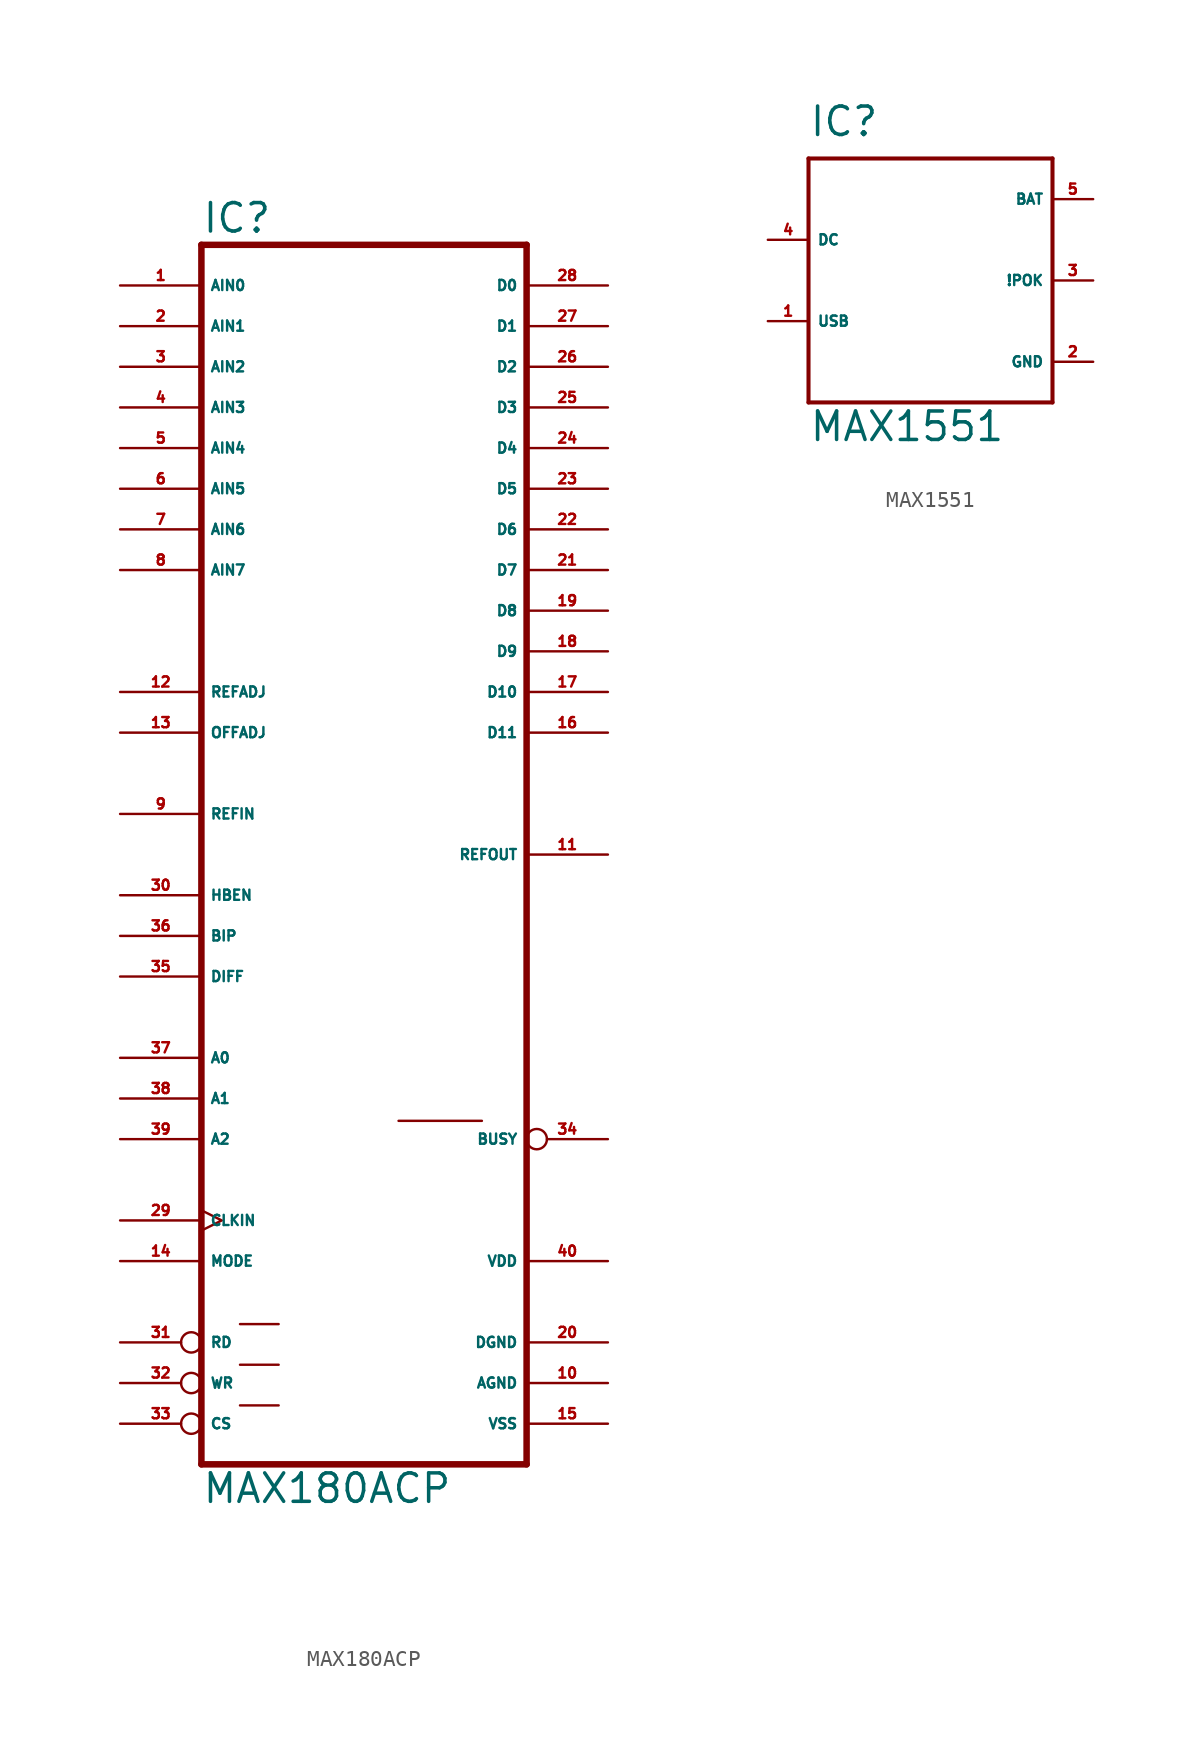
<source format=kicad_sym>
(kicad_symbol_lib
  (version 20220914)
  (generator Eagle2Kicad)
  (symbol "MAX180ACP"
    (property "Reference" "IC"
      (at -10.16 38.735 0)
      (effects (font (size 1.778 1.778) (thickness 0.22)) (justify left bottom)))
    (property "Value" "MAX180ACP"
      (at -10.16 -40.64 0)
      (effects (font (size 1.778 1.778) (thickness 0.22)) (justify left bottom)))
    (polyline
      (pts (xy -10.16 -38.1) (xy 10.16 -38.1))
      (stroke (width 0.406) (type default))
      (fill (type none)))
    (polyline
      (pts (xy 10.16 38.1) (xy 10.16 -38.1))
      (stroke (width 0.406) (type default))
      (fill (type none)))
    (polyline
      (pts (xy 10.16 38.1) (xy -10.16 38.1))
      (stroke (width 0.406) (type default))
      (fill (type none)))
    (polyline
      (pts (xy -10.16 -38.1) (xy -10.16 38.1))
      (stroke (width 0.406) (type default))
      (fill (type none)))
    (polyline
      (pts (xy -7.747 -34.417) (xy -5.334 -34.417))
      (stroke (width 0.152) (type default))
      (fill (type none)))
    (polyline
      (pts (xy -7.747 -31.877) (xy -5.334 -31.877))
      (stroke (width 0.152) (type default))
      (fill (type none)))
    (polyline
      (pts (xy -7.747 -29.337) (xy -5.334 -29.337))
      (stroke (width 0.152) (type default))
      (fill (type none)))
    (polyline
      (pts (xy 2.159 -16.637) (xy 7.366 -16.637))
      (stroke (width 0.152) (type default))
      (fill (type none)))
    (pin tri_state line
      (at 15.24 35.56 180)
      (length 5.08)
      (name "D0" (effects (font (size 0.635 0.635) (thickness 0.08)) (justify left bottom)))
      (number "28" (effects (font (size 0.635 0.635) (thickness 0.08)) (justify left bottom))))
    (pin tri_state line
      (at 15.24 33.02 180)
      (length 5.08)
      (name "D1" (effects (font (size 0.635 0.635) (thickness 0.08)) (justify left bottom)))
      (number "27" (effects (font (size 0.635 0.635) (thickness 0.08)) (justify left bottom))))
    (pin tri_state line
      (at 15.24 30.48 180)
      (length 5.08)
      (name "D2" (effects (font (size 0.635 0.635) (thickness 0.08)) (justify left bottom)))
      (number "26" (effects (font (size 0.635 0.635) (thickness 0.08)) (justify left bottom))))
    (pin tri_state line
      (at 15.24 27.94 180)
      (length 5.08)
      (name "D3" (effects (font (size 0.635 0.635) (thickness 0.08)) (justify left bottom)))
      (number "25" (effects (font (size 0.635 0.635) (thickness 0.08)) (justify left bottom))))
    (pin tri_state line
      (at 15.24 25.4 180)
      (length 5.08)
      (name "D4" (effects (font (size 0.635 0.635) (thickness 0.08)) (justify left bottom)))
      (number "24" (effects (font (size 0.635 0.635) (thickness 0.08)) (justify left bottom))))
    (pin tri_state line
      (at 15.24 22.86 180)
      (length 5.08)
      (name "D5" (effects (font (size 0.635 0.635) (thickness 0.08)) (justify left bottom)))
      (number "23" (effects (font (size 0.635 0.635) (thickness 0.08)) (justify left bottom))))
    (pin tri_state line
      (at 15.24 20.32 180)
      (length 5.08)
      (name "D6" (effects (font (size 0.635 0.635) (thickness 0.08)) (justify left bottom)))
      (number "22" (effects (font (size 0.635 0.635) (thickness 0.08)) (justify left bottom))))
    (pin tri_state line
      (at 15.24 17.78 180)
      (length 5.08)
      (name "D7" (effects (font (size 0.635 0.635) (thickness 0.08)) (justify left bottom)))
      (number "21" (effects (font (size 0.635 0.635) (thickness 0.08)) (justify left bottom))))
    (pin unspecified line
      (at 15.24 0 180)
      (length 5.08)
      (name "REFOUT" (effects (font (size 0.635 0.635) (thickness 0.08)) (justify left bottom)))
      (number "11" (effects (font (size 0.635 0.635) (thickness 0.08)) (justify left bottom))))
    (pin unspecified line
      (at 15.24 -35.56 180)
      (length 5.08)
      (name "VSS" (effects (font (size 0.635 0.635) (thickness 0.08)) (justify left bottom)))
      (number "15" (effects (font (size 0.635 0.635) (thickness 0.08)) (justify left bottom))))
    (pin input line
      (at -15.24 2.54 0)
      (length 5.08)
      (name "REFIN" (effects (font (size 0.635 0.635) (thickness 0.08)) (justify left bottom)))
      (number "9" (effects (font (size 0.635 0.635) (thickness 0.08)) (justify left bottom))))
    (pin input inverted
      (at -15.24 -33.02 0)
      (length 5.08)
      (name "WR" (effects (font (size 0.635 0.635) (thickness 0.08)) (justify left bottom)))
      (number "32" (effects (font (size 0.635 0.635) (thickness 0.08)) (justify left bottom))))
    (pin input inverted
      (at -15.24 -35.56 0)
      (length 5.08)
      (name "CS" (effects (font (size 0.635 0.635) (thickness 0.08)) (justify left bottom)))
      (number "33" (effects (font (size 0.635 0.635) (thickness 0.08)) (justify left bottom))))
    (pin input line
      (at -15.24 30.48 0)
      (length 5.08)
      (name "AIN2" (effects (font (size 0.635 0.635) (thickness 0.08)) (justify left bottom)))
      (number "3" (effects (font (size 0.635 0.635) (thickness 0.08)) (justify left bottom))))
    (pin input line
      (at -15.24 27.94 0)
      (length 5.08)
      (name "AIN3" (effects (font (size 0.635 0.635) (thickness 0.08)) (justify left bottom)))
      (number "4" (effects (font (size 0.635 0.635) (thickness 0.08)) (justify left bottom))))
    (pin tri_state line
      (at 15.24 15.24 180)
      (length 5.08)
      (name "D8" (effects (font (size 0.635 0.635) (thickness 0.08)) (justify left bottom)))
      (number "19" (effects (font (size 0.635 0.635) (thickness 0.08)) (justify left bottom))))
    (pin tri_state line
      (at 15.24 12.7 180)
      (length 5.08)
      (name "D9" (effects (font (size 0.635 0.635) (thickness 0.08)) (justify left bottom)))
      (number "18" (effects (font (size 0.635 0.635) (thickness 0.08)) (justify left bottom))))
    (pin unspecified line
      (at 15.24 -33.02 180)
      (length 5.08)
      (name "AGND" (effects (font (size 0.635 0.635) (thickness 0.08)) (justify left bottom)))
      (number "10" (effects (font (size 0.635 0.635) (thickness 0.08)) (justify left bottom))))
    (pin unspecified line
      (at 15.24 -30.48 180)
      (length 5.08)
      (name "DGND" (effects (font (size 0.635 0.635) (thickness 0.08)) (justify left bottom)))
      (number "20" (effects (font (size 0.635 0.635) (thickness 0.08)) (justify left bottom))))
    (pin input line
      (at -15.24 -7.62 0)
      (length 5.08)
      (name "DIFF" (effects (font (size 0.635 0.635) (thickness 0.08)) (justify left bottom)))
      (number "35" (effects (font (size 0.635 0.635) (thickness 0.08)) (justify left bottom))))
    (pin unspecified line
      (at 15.24 -25.4 180)
      (length 5.08)
      (name "VDD" (effects (font (size 0.635 0.635) (thickness 0.08)) (justify left bottom)))
      (number "40" (effects (font (size 0.635 0.635) (thickness 0.08)) (justify left bottom))))
    (pin input line
      (at -15.24 25.4 0)
      (length 5.08)
      (name "AIN4" (effects (font (size 0.635 0.635) (thickness 0.08)) (justify left bottom)))
      (number "5" (effects (font (size 0.635 0.635) (thickness 0.08)) (justify left bottom))))
    (pin input line
      (at -15.24 35.56 0)
      (length 5.08)
      (name "AIN0" (effects (font (size 0.635 0.635) (thickness 0.08)) (justify left bottom)))
      (number "1" (effects (font (size 0.635 0.635) (thickness 0.08)) (justify left bottom))))
    (pin input line
      (at -15.24 33.02 0)
      (length 5.08)
      (name "AIN1" (effects (font (size 0.635 0.635) (thickness 0.08)) (justify left bottom)))
      (number "2" (effects (font (size 0.635 0.635) (thickness 0.08)) (justify left bottom))))
    (pin tri_state line
      (at 15.24 10.16 180)
      (length 5.08)
      (name "D10" (effects (font (size 0.635 0.635) (thickness 0.08)) (justify left bottom)))
      (number "17" (effects (font (size 0.635 0.635) (thickness 0.08)) (justify left bottom))))
    (pin tri_state line
      (at 15.24 7.62 180)
      (length 5.08)
      (name "D11" (effects (font (size 0.635 0.635) (thickness 0.08)) (justify left bottom)))
      (number "16" (effects (font (size 0.635 0.635) (thickness 0.08)) (justify left bottom))))
    (pin input line
      (at -15.24 22.86 0)
      (length 5.08)
      (name "AIN5" (effects (font (size 0.635 0.635) (thickness 0.08)) (justify left bottom)))
      (number "6" (effects (font (size 0.635 0.635) (thickness 0.08)) (justify left bottom))))
    (pin input line
      (at -15.24 20.32 0)
      (length 5.08)
      (name "AIN6" (effects (font (size 0.635 0.635) (thickness 0.08)) (justify left bottom)))
      (number "7" (effects (font (size 0.635 0.635) (thickness 0.08)) (justify left bottom))))
    (pin input line
      (at -15.24 17.78 0)
      (length 5.08)
      (name "AIN7" (effects (font (size 0.635 0.635) (thickness 0.08)) (justify left bottom)))
      (number "8" (effects (font (size 0.635 0.635) (thickness 0.08)) (justify left bottom))))
    (pin input line
      (at -15.24 -25.4 0)
      (length 5.08)
      (name "MODE" (effects (font (size 0.635 0.635) (thickness 0.08)) (justify left bottom)))
      (number "14" (effects (font (size 0.635 0.635) (thickness 0.08)) (justify left bottom))))
    (pin output inverted
      (at 15.24 -17.78 180)
      (length 5.08)
      (name "BUSY" (effects (font (size 0.635 0.635) (thickness 0.08)) (justify left bottom)))
      (number "34" (effects (font (size 0.635 0.635) (thickness 0.08)) (justify left bottom))))
    (pin input line
      (at -15.24 7.62 0)
      (length 5.08)
      (name "OFFADJ" (effects (font (size 0.635 0.635) (thickness 0.08)) (justify left bottom)))
      (number "13" (effects (font (size 0.635 0.635) (thickness 0.08)) (justify left bottom))))
    (pin input inverted
      (at -15.24 -30.48 0)
      (length 5.08)
      (name "RD" (effects (font (size 0.635 0.635) (thickness 0.08)) (justify left bottom)))
      (number "31" (effects (font (size 0.635 0.635) (thickness 0.08)) (justify left bottom))))
    (pin input line
      (at -15.24 10.16 0)
      (length 5.08)
      (name "REFADJ" (effects (font (size 0.635 0.635) (thickness 0.08)) (justify left bottom)))
      (number "12" (effects (font (size 0.635 0.635) (thickness 0.08)) (justify left bottom))))
    (pin input clock
      (at -15.24 -22.86 0)
      (length 5.08)
      (name "CLKIN" (effects (font (size 0.635 0.635) (thickness 0.08)) (justify left bottom)))
      (number "29" (effects (font (size 0.635 0.635) (thickness 0.08)) (justify left bottom))))
    (pin input line
      (at -15.24 -12.7 0)
      (length 5.08)
      (name "A0" (effects (font (size 0.635 0.635) (thickness 0.08)) (justify left bottom)))
      (number "37" (effects (font (size 0.635 0.635) (thickness 0.08)) (justify left bottom))))
    (pin input line
      (at -15.24 -15.24 0)
      (length 5.08)
      (name "A1" (effects (font (size 0.635 0.635) (thickness 0.08)) (justify left bottom)))
      (number "38" (effects (font (size 0.635 0.635) (thickness 0.08)) (justify left bottom))))
    (pin input line
      (at -15.24 -17.78 0)
      (length 5.08)
      (name "A2" (effects (font (size 0.635 0.635) (thickness 0.08)) (justify left bottom)))
      (number "39" (effects (font (size 0.635 0.635) (thickness 0.08)) (justify left bottom))))
    (pin input line
      (at -15.24 -5.08 0)
      (length 5.08)
      (name "BIP" (effects (font (size 0.635 0.635) (thickness 0.08)) (justify left bottom)))
      (number "36" (effects (font (size 0.635 0.635) (thickness 0.08)) (justify left bottom))))
    (pin input line
      (at -15.24 -2.54 0)
      (length 5.08)
      (name "HBEN" (effects (font (size 0.635 0.635) (thickness 0.08)) (justify left bottom)))
      (number "30" (effects (font (size 0.635 0.635) (thickness 0.08)) (justify left bottom)))))
  (symbol "MAX1551"
    (property "Reference" "IC"
      (at -7.62 8.89 0)
      (effects (font (size 1.778 1.778) (thickness 0.22)) (justify left bottom)))
    (property "Value" "MAX1551"
      (at -7.62 -10.16 0)
      (effects (font (size 1.778 1.778) (thickness 0.22)) (justify left bottom)))
    (polyline
      (pts (xy -7.62 7.62) (xy 7.62 7.62))
      (stroke (width 0.254) (type default))
      (fill (type none)))
    (polyline
      (pts (xy 7.62 7.62) (xy 7.62 -7.62))
      (stroke (width 0.254) (type default))
      (fill (type none)))
    (polyline
      (pts (xy 7.62 -7.62) (xy -7.62 -7.62))
      (stroke (width 0.254) (type default))
      (fill (type none)))
    (polyline
      (pts (xy -7.62 -7.62) (xy -7.62 7.62))
      (stroke (width 0.254) (type default))
      (fill (type none)))
    (pin input line
      (at -10.16 -2.54 0)
      (length 2.54)
      (name "USB" (effects (font (size 0.635 0.635) (thickness 0.08)) (justify left bottom)))
      (number "1" (effects (font (size 0.635 0.635) (thickness 0.08)) (justify left bottom))))
    (pin input line
      (at -10.16 2.54 0)
      (length 2.54)
      (name "DC" (effects (font (size 0.635 0.635) (thickness 0.08)) (justify left bottom)))
      (number "4" (effects (font (size 0.635 0.635) (thickness 0.08)) (justify left bottom))))
    (pin passive line
      (at 10.16 5.08 180)
      (length 2.54)
      (name "BAT" (effects (font (size 0.635 0.635) (thickness 0.08)) (justify left bottom)))
      (number "5" (effects (font (size 0.635 0.635) (thickness 0.08)) (justify left bottom))))
    (pin output line
      (at 10.16 0 180)
      (length 2.54)
      (name "!POK" (effects (font (size 0.635 0.635) (thickness 0.08)) (justify left bottom)))
      (number "3" (effects (font (size 0.635 0.635) (thickness 0.08)) (justify left bottom))))
    (pin unspecified line
      (at 10.16 -5.08 180)
      (length 2.54)
      (name "GND" (effects (font (size 0.635 0.635) (thickness 0.08)) (justify left bottom)))
      (number "2" (effects (font (size 0.635 0.635) (thickness 0.08)) (justify left bottom))))))
</source>
